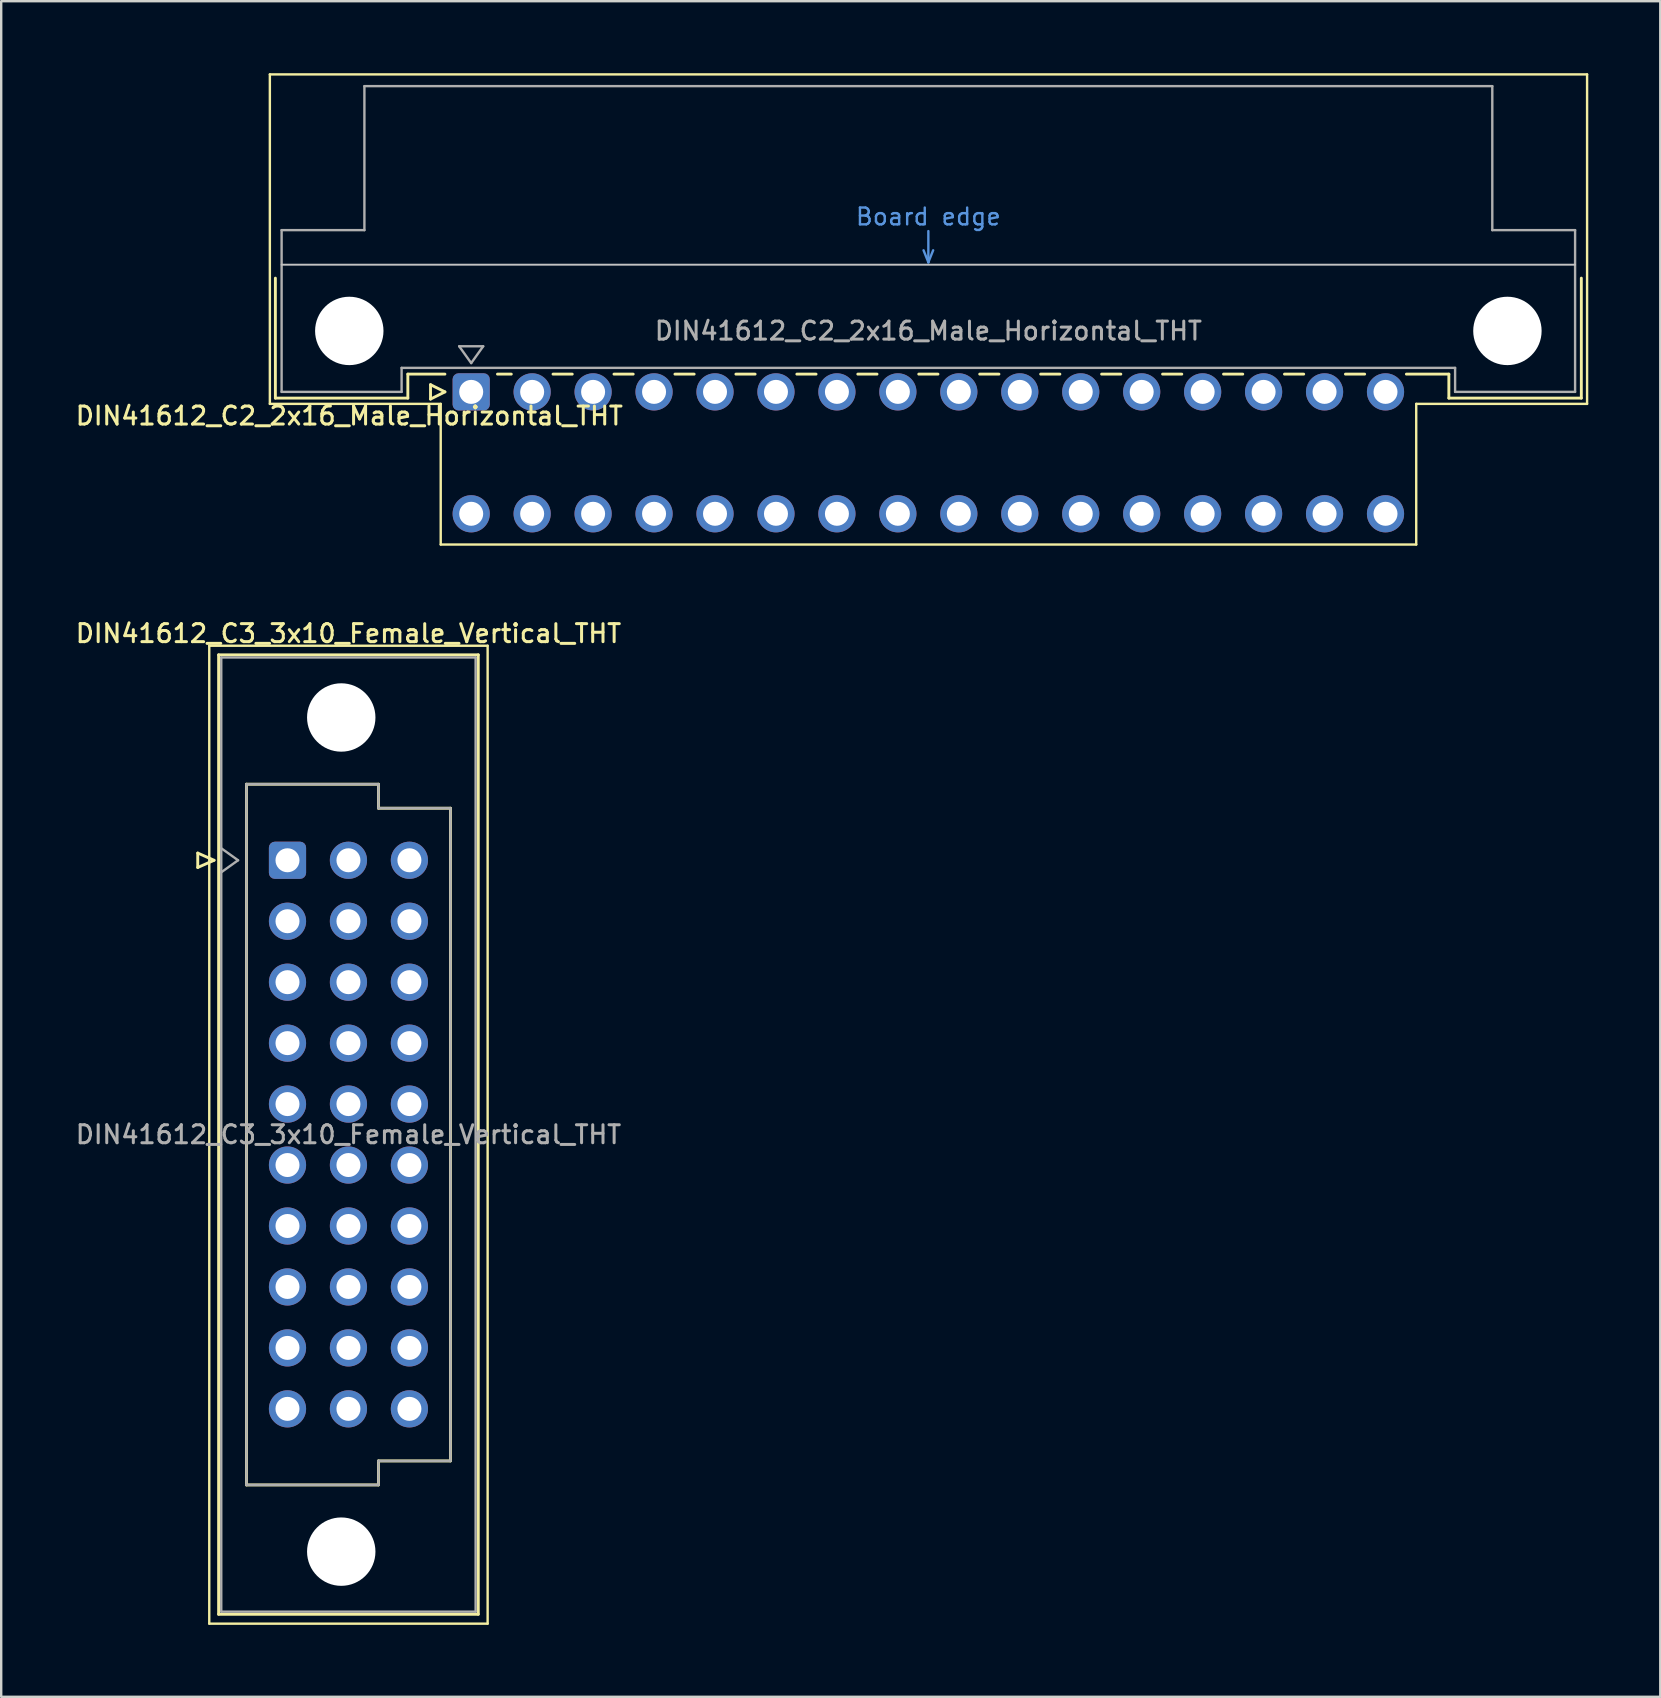
<source format=kicad_pcb>
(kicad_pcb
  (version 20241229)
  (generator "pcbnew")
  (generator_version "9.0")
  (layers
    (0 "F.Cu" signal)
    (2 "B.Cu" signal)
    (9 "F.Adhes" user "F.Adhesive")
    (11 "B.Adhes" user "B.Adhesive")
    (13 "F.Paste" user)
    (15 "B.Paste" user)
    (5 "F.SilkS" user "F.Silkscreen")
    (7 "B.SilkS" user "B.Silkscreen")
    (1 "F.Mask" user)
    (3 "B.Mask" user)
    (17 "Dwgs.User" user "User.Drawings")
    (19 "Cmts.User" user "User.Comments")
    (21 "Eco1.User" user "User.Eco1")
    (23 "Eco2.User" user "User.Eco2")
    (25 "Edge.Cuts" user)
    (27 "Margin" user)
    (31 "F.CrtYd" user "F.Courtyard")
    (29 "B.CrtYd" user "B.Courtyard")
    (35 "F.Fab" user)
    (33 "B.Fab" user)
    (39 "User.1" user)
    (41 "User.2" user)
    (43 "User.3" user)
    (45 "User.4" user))
  (footprint "DIN41612_C2_2x16_Male_Horizontal_THT"
    (layer "F.Cu")
    (at 16.585 13.28)
    (property "Reference" "DIN41612_C2_2x16_Male_Horizontal_THT" (at -5.08 1 0) (layer "F.SilkS") (effects (font (size 0.75 0.75) (thickness 0.125))))
    (attr through_hole)
    (fp_line (start -8.39 -13.23) (end -8.39 0.5) (stroke (width 0.1) (type solid)) (layer "F.SilkS"))
    (fp_line (start -8.39 0.5) (end -1.27 0.5) (stroke (width 0.1) (type solid)) (layer "F.SilkS"))
    (fp_line (start -8.16 -4.74) (end -8.16 0.26) (stroke (width 0.12) (type solid)) (layer "F.SilkS"))
    (fp_line (start -8.16 0.26) (end -2.64 0.26) (stroke (width 0.12) (type solid)) (layer "F.SilkS"))
    (fp_line (start -2.64 -0.74) (end -1.095 -0.74) (stroke (width 0.12) (type solid)) (layer "F.SilkS"))
    (fp_line (start -2.64 0.26) (end -2.64 -0.74) (stroke (width 0.12) (type solid)) (layer "F.SilkS"))
    (fp_line (start -1.695 -0.3) (end -1.695 0.3) (stroke (width 0.12) (type solid)) (layer "F.SilkS"))
    (fp_line (start -1.695 0.3) (end -1.095 0) (stroke (width 0.12) (type solid)) (layer "F.SilkS"))
    (fp_line (start -1.27 0.5) (end -1.27 6.36) (stroke (width 0.1) (type solid)) (layer "F.SilkS"))
    (fp_line (start -1.27 6.36) (end 39.38 6.36) (stroke (width 0.1) (type solid)) (layer "F.SilkS"))
    (fp_line (start -1.095 0) (end -1.695 -0.3) (stroke (width 0.12) (type solid)) (layer "F.SilkS"))
    (fp_line (start 1.095 -0.74) (end 1.671 -0.74) (stroke (width 0.12) (type solid)) (layer "F.SilkS"))
    (fp_line (start 3.41 -0.74) (end 4.211 -0.74) (stroke (width 0.12) (type solid)) (layer "F.SilkS"))
    (fp_line (start 5.95 -0.74) (end 6.751 -0.74) (stroke (width 0.12) (type solid)) (layer "F.SilkS"))
    (fp_line (start 8.49 -0.74) (end 9.291 -0.74) (stroke (width 0.12) (type solid)) (layer "F.SilkS"))
    (fp_line (start 11.03 -0.74) (end 11.831 -0.74) (stroke (width 0.12) (type solid)) (layer "F.SilkS"))
    (fp_line (start 13.57 -0.74) (end 14.371 -0.74) (stroke (width 0.12) (type solid)) (layer "F.SilkS"))
    (fp_line (start 16.11 -0.74) (end 16.911 -0.74) (stroke (width 0.12) (type solid)) (layer "F.SilkS"))
    (fp_line (start 18.65 -0.74) (end 19.451 -0.74) (stroke (width 0.12) (type solid)) (layer "F.SilkS"))
    (fp_line (start 21.19 -0.74) (end 21.991 -0.74) (stroke (width 0.12) (type solid)) (layer "F.SilkS"))
    (fp_line (start 23.73 -0.74) (end 24.531 -0.74) (stroke (width 0.12) (type solid)) (layer "F.SilkS"))
    (fp_line (start 26.27 -0.74) (end 27.071 -0.74) (stroke (width 0.12) (type solid)) (layer "F.SilkS"))
    (fp_line (start 28.81 -0.74) (end 29.611 -0.74) (stroke (width 0.12) (type solid)) (layer "F.SilkS"))
    (fp_line (start 31.35 -0.74) (end 32.151 -0.74) (stroke (width 0.12) (type solid)) (layer "F.SilkS"))
    (fp_line (start 33.89 -0.74) (end 34.691 -0.74) (stroke (width 0.12) (type solid)) (layer "F.SilkS"))
    (fp_line (start 36.43 -0.74) (end 37.231 -0.74) (stroke (width 0.12) (type solid)) (layer "F.SilkS"))
    (fp_line (start 38.97 -0.74) (end 40.74 -0.74) (stroke (width 0.12) (type solid)) (layer "F.SilkS"))
    (fp_line (start 39.38 0.5) (end 46.5 0.5) (stroke (width 0.1) (type solid)) (layer "F.SilkS"))
    (fp_line (start 39.38 6.36) (end 39.38 0.5) (stroke (width 0.1) (type solid)) (layer "F.SilkS"))
    (fp_line (start 40.74 0.26) (end 40.74 -0.74) (stroke (width 0.12) (type solid)) (layer "F.SilkS"))
    (fp_line (start 46.26 -4.74) (end 46.26 0.26) (stroke (width 0.12) (type solid)) (layer "F.SilkS"))
    (fp_line (start 46.26 0.26) (end 40.74 0.26) (stroke (width 0.12) (type solid)) (layer "F.SilkS"))
    (fp_line (start 46.5 -13.23) (end -8.39 -13.23) (stroke (width 0.1) (type solid)) (layer "F.SilkS"))
    (fp_line (start 46.5 0.5) (end 46.5 -13.23) (stroke (width 0.1) (type solid)) (layer "F.SilkS"))
    (fp_line (start -7.9 -5.3) (end 46 -5.3) (stroke (width 0.08) (type solid)) (layer "Dwgs.User"))
    (fp_line (start 18.85 -5.9) (end 19.05 -5.4) (stroke (width 0.1) (type solid)) (layer "Cmts.User"))
    (fp_line (start 19.05 -5.4) (end 19.05 -6.7) (stroke (width 0.1) (type solid)) (layer "Cmts.User"))
    (fp_line (start 19.05 -5.4) (end 19.25 -5.9) (stroke (width 0.1) (type solid)) (layer "Cmts.User"))
    (fp_line (start -7.9 -6.74) (end -7.9 0) (stroke (width 0.1) (type solid)) (layer "F.Fab"))
    (fp_line (start -7.9 0) (end -2.9 0) (stroke (width 0.1) (type solid)) (layer "F.Fab"))
    (fp_line (start -4.45 -12.74) (end -4.45 -6.74) (stroke (width 0.1) (type solid)) (layer "F.Fab"))
    (fp_line (start -4.45 -6.74) (end -7.9 -6.74) (stroke (width 0.1) (type solid)) (layer "F.Fab"))
    (fp_line (start -2.9 -1) (end 41 -1) (stroke (width 0.1) (type solid)) (layer "F.Fab"))
    (fp_line (start -2.9 0) (end -2.9 -1) (stroke (width 0.1) (type solid)) (layer "F.Fab"))
    (fp_line (start -0.5 -1.9) (end 0.5 -1.9) (stroke (width 0.1) (type solid)) (layer "F.Fab"))
    (fp_line (start 0 -1.2) (end -0.5 -1.9) (stroke (width 0.1) (type solid)) (layer "F.Fab"))
    (fp_line (start 0.5 -1.9) (end 0 -1.2) (stroke (width 0.1) (type solid)) (layer "F.Fab"))
    (fp_line (start 41 -1) (end 41 0) (stroke (width 0.1) (type solid)) (layer "F.Fab"))
    (fp_line (start 41 0) (end 46 0) (stroke (width 0.1) (type solid)) (layer "F.Fab"))
    (fp_line (start 42.55 -12.74) (end -4.45 -12.74) (stroke (width 0.1) (type solid)) (layer "F.Fab"))
    (fp_line (start 42.55 -6.74) (end 42.55 -12.74) (stroke (width 0.1) (type solid)) (layer "F.Fab"))
    (fp_line (start 46 -6.74) (end 42.55 -6.74) (stroke (width 0.1) (type solid)) (layer "F.Fab"))
    (fp_line (start 46 0) (end 46 -6.74) (stroke (width 0.1) (type solid)) (layer "F.Fab"))
    (fp_text user "Board edge" (at 19.05 -7.3 0) (layer "Cmts.User") (effects (font (size 0.7 0.7) (thickness 0.1))))
    (fp_text user "${REFERENCE}" (at 19.05 -2.54 0) (layer "F.Fab") (effects (font (size 0.75 0.75) (thickness 0.125))))
    (pad "" np_thru_hole circle (at -5.08 -2.54) (size 2.85 2.85) (drill 2.85) (layers "*.Cu" "*.Mask"))
    (pad "" np_thru_hole circle (at 43.18 -2.54) (size 2.85 2.85) (drill 2.85) (layers "*.Cu" "*.Mask"))
    (pad "a1" thru_hole roundrect (at 0 0) (size 1.55 1.55) (drill 1) (layers "*.Cu" "*.Mask") (roundrect_rratio 0.161))
    (pad "a2" thru_hole circle (at 2.54 0) (size 1.55 1.55) (drill 1) (layers "*.Cu" "*.Mask"))
    (pad "a3" thru_hole circle (at 5.08 0) (size 1.55 1.55) (drill 1) (layers "*.Cu" "*.Mask"))
    (pad "a4" thru_hole circle (at 7.62 0) (size 1.55 1.55) (drill 1) (layers "*.Cu" "*.Mask"))
    (pad "a5" thru_hole circle (at 10.16 0) (size 1.55 1.55) (drill 1) (layers "*.Cu" "*.Mask"))
    (pad "a6" thru_hole circle (at 12.7 0) (size 1.55 1.55) (drill 1) (layers "*.Cu" "*.Mask"))
    (pad "a7" thru_hole circle (at 15.24 0) (size 1.55 1.55) (drill 1) (layers "*.Cu" "*.Mask"))
    (pad "a8" thru_hole circle (at 17.78 0) (size 1.55 1.55) (drill 1) (layers "*.Cu" "*.Mask"))
    (pad "a9" thru_hole circle (at 20.32 0) (size 1.55 1.55) (drill 1) (layers "*.Cu" "*.Mask"))
    (pad "a10" thru_hole circle (at 22.86 0) (size 1.55 1.55) (drill 1) (layers "*.Cu" "*.Mask"))
    (pad "a11" thru_hole circle (at 25.4 0) (size 1.55 1.55) (drill 1) (layers "*.Cu" "*.Mask"))
    (pad "a12" thru_hole circle (at 27.94 0) (size 1.55 1.55) (drill 1) (layers "*.Cu" "*.Mask"))
    (pad "a13" thru_hole circle (at 30.48 0) (size 1.55 1.55) (drill 1) (layers "*.Cu" "*.Mask"))
    (pad "a14" thru_hole circle (at 33.02 0) (size 1.55 1.55) (drill 1) (layers "*.Cu" "*.Mask"))
    (pad "a15" thru_hole circle (at 35.56 0) (size 1.55 1.55) (drill 1) (layers "*.Cu" "*.Mask"))
    (pad "a16" thru_hole circle (at 38.1 0) (size 1.55 1.55) (drill 1) (layers "*.Cu" "*.Mask"))
    (pad "c1" thru_hole circle (at 0 5.08) (size 1.55 1.55) (drill 1) (layers "*.Cu" "*.Mask"))
    (pad "c2" thru_hole circle (at 2.54 5.08) (size 1.55 1.55) (drill 1) (layers "*.Cu" "*.Mask"))
    (pad "c3" thru_hole circle (at 5.08 5.08) (size 1.55 1.55) (drill 1) (layers "*.Cu" "*.Mask"))
    (pad "c4" thru_hole circle (at 7.62 5.08) (size 1.55 1.55) (drill 1) (layers "*.Cu" "*.Mask"))
    (pad "c5" thru_hole circle (at 10.16 5.08) (size 1.55 1.55) (drill 1) (layers "*.Cu" "*.Mask"))
    (pad "c6" thru_hole circle (at 12.7 5.08) (size 1.55 1.55) (drill 1) (layers "*.Cu" "*.Mask"))
    (pad "c7" thru_hole circle (at 15.24 5.08) (size 1.55 1.55) (drill 1) (layers "*.Cu" "*.Mask"))
    (pad "c8" thru_hole circle (at 17.78 5.08) (size 1.55 1.55) (drill 1) (layers "*.Cu" "*.Mask"))
    (pad "c9" thru_hole circle (at 20.32 5.08) (size 1.55 1.55) (drill 1) (layers "*.Cu" "*.Mask"))
    (pad "c10" thru_hole circle (at 22.86 5.08) (size 1.55 1.55) (drill 1) (layers "*.Cu" "*.Mask"))
    (pad "c11" thru_hole circle (at 25.4 5.08) (size 1.55 1.55) (drill 1) (layers "*.Cu" "*.Mask"))
    (pad "c12" thru_hole circle (at 27.94 5.08) (size 1.55 1.55) (drill 1) (layers "*.Cu" "*.Mask"))
    (pad "c13" thru_hole circle (at 30.48 5.08) (size 1.55 1.55) (drill 1) (layers "*.Cu" "*.Mask"))
    (pad "c14" thru_hole circle (at 33.02 5.08) (size 1.55 1.55) (drill 1) (layers "*.Cu" "*.Mask"))
    (pad "c15" thru_hole circle (at 35.56 5.08) (size 1.55 1.55) (drill 1) (layers "*.Cu" "*.Mask"))
    (pad "c16" thru_hole circle (at 38.1 5.08) (size 1.55 1.55) (drill 1) (layers "*.Cu" "*.Mask")))
  (footprint "DIN41612_C3_3x10_Female_Vertical_THT"
    (layer "F.Cu")
    (at 8.93 32.798)
    (property "Reference" "DIN41612_C3_3x10_Female_Vertical_THT" (at 2.54 -9.45 0) (layer "F.SilkS") (effects (font (size 0.75 0.75) (thickness 0.125))))
    (attr through_hole)
    (fp_line (start -3.74 -0.3) (end -3.74 0.3) (stroke (width 0.12) (type solid)) (layer "F.SilkS"))
    (fp_line (start -3.74 0.3) (end -3.06 0) (stroke (width 0.12) (type solid)) (layer "F.SilkS"))
    (fp_line (start -3.26 -8.94) (end 8.34 -8.94) (stroke (width 0.1) (type solid)) (layer "F.SilkS"))
    (fp_line (start -3.26 31.81) (end -3.26 -8.94) (stroke (width 0.1) (type solid)) (layer "F.SilkS"))
    (fp_line (start -3.06 0) (end -3.74 -0.3) (stroke (width 0.12) (type solid)) (layer "F.SilkS"))
    (fp_line (start -2.87 -8.56) (end 7.95 -8.56) (stroke (width 0.12) (type solid)) (layer "F.SilkS"))
    (fp_line (start -2.87 31.42) (end -2.87 -8.56) (stroke (width 0.12) (type solid)) (layer "F.SilkS"))
    (fp_line (start -1.71 -3.17) (end 3.79 -3.17) (stroke (width 0.12) (type solid)) (layer "F.SilkS"))
    (fp_line (start -1.71 26.03) (end -1.71 -3.17) (stroke (width 0.12) (type solid)) (layer "F.SilkS"))
    (fp_line (start 3.79 -3.17) (end 3.79 -2.17) (stroke (width 0.12) (type solid)) (layer "F.SilkS"))
    (fp_line (start 3.79 -2.17) (end 6.79 -2.17) (stroke (width 0.12) (type solid)) (layer "F.SilkS"))
    (fp_line (start 3.79 25.03) (end 3.79 26.03) (stroke (width 0.12) (type solid)) (layer "F.SilkS"))
    (fp_line (start 3.79 26.03) (end -1.71 26.03) (stroke (width 0.12) (type solid)) (layer "F.SilkS"))
    (fp_line (start 6.79 -2.17) (end 6.79 25.03) (stroke (width 0.12) (type solid)) (layer "F.SilkS"))
    (fp_line (start 6.79 25.03) (end 3.79 25.03) (stroke (width 0.12) (type solid)) (layer "F.SilkS"))
    (fp_line (start 7.95 -8.56) (end 7.95 31.42) (stroke (width 0.12) (type solid)) (layer "F.SilkS"))
    (fp_line (start 7.95 31.42) (end -2.87 31.42) (stroke (width 0.12) (type solid)) (layer "F.SilkS"))
    (fp_line (start 8.34 -8.94) (end 8.34 31.81) (stroke (width 0.1) (type solid)) (layer "F.SilkS"))
    (fp_line (start 8.34 31.81) (end -3.26 31.81) (stroke (width 0.1) (type solid)) (layer "F.SilkS"))
    (fp_line (start -2.76 -8.45) (end 7.84 -8.45) (stroke (width 0.1) (type solid)) (layer "F.Fab"))
    (fp_line (start -2.76 -0.5) (end -2.06 0) (stroke (width 0.1) (type solid)) (layer "F.Fab"))
    (fp_line (start -2.76 31.31) (end -2.76 -8.45) (stroke (width 0.1) (type solid)) (layer "F.Fab"))
    (fp_line (start -2.06 0) (end -2.76 0.5) (stroke (width 0.1) (type solid)) (layer "F.Fab"))
    (fp_line (start -1.71 -3.17) (end 3.79 -3.17) (stroke (width 0.1) (type solid)) (layer "F.Fab"))
    (fp_line (start -1.71 26.03) (end -1.71 -3.17) (stroke (width 0.1) (type solid)) (layer "F.Fab"))
    (fp_line (start 3.79 -3.17) (end 3.79 -2.17) (stroke (width 0.1) (type solid)) (layer "F.Fab"))
    (fp_line (start 3.79 -2.17) (end 6.79 -2.17) (stroke (width 0.1) (type solid)) (layer "F.Fab"))
    (fp_line (start 3.79 25.03) (end 3.79 26.03) (stroke (width 0.1) (type solid)) (layer "F.Fab"))
    (fp_line (start 3.79 26.03) (end -1.71 26.03) (stroke (width 0.1) (type solid)) (layer "F.Fab"))
    (fp_line (start 6.79 -2.17) (end 6.79 25.03) (stroke (width 0.1) (type solid)) (layer "F.Fab"))
    (fp_line (start 6.79 25.03) (end 3.79 25.03) (stroke (width 0.1) (type solid)) (layer "F.Fab"))
    (fp_line (start 7.84 -8.45) (end 7.84 31.31) (stroke (width 0.1) (type solid)) (layer "F.Fab"))
    (fp_line (start 7.84 31.31) (end -2.76 31.31) (stroke (width 0.1) (type solid)) (layer "F.Fab"))
    (fp_text user "${REFERENCE}" (at 2.54 11.43 0) (layer "F.Fab") (effects (font (size 0.75 0.75) (thickness 0.125))))
    (pad "" np_thru_hole circle (at 2.24 -5.95) (size 2.85 2.85) (drill 2.85) (layers "*.Cu" "*.Mask"))
    (pad "" np_thru_hole circle (at 2.24 28.81) (size 2.85 2.85) (drill 2.85) (layers "*.Cu" "*.Mask"))
    (pad "a1" thru_hole roundrect (at 0 0) (size 1.55 1.55) (drill 1) (layers "*.Cu" "*.Mask") (roundrect_rratio 0.161))
    (pad "a2" thru_hole circle (at 0 2.54) (size 1.55 1.55) (drill 1) (layers "*.Cu" "*.Mask"))
    (pad "a3" thru_hole circle (at 0 5.08) (size 1.55 1.55) (drill 1) (layers "*.Cu" "*.Mask"))
    (pad "a4" thru_hole circle (at 0 7.62) (size 1.55 1.55) (drill 1) (layers "*.Cu" "*.Mask"))
    (pad "a5" thru_hole circle (at 0 10.16) (size 1.55 1.55) (drill 1) (layers "*.Cu" "*.Mask"))
    (pad "a6" thru_hole circle (at 0 12.7) (size 1.55 1.55) (drill 1) (layers "*.Cu" "*.Mask"))
    (pad "a7" thru_hole circle (at 0 15.24) (size 1.55 1.55) (drill 1) (layers "*.Cu" "*.Mask"))
    (pad "a8" thru_hole circle (at 0 17.78) (size 1.55 1.55) (drill 1) (layers "*.Cu" "*.Mask"))
    (pad "a9" thru_hole circle (at 0 20.32) (size 1.55 1.55) (drill 1) (layers "*.Cu" "*.Mask"))
    (pad "a10" thru_hole circle (at 0 22.86) (size 1.55 1.55) (drill 1) (layers "*.Cu" "*.Mask"))
    (pad "b1" thru_hole circle (at 2.54 0) (size 1.55 1.55) (drill 1) (layers "*.Cu" "*.Mask"))
    (pad "b2" thru_hole circle (at 2.54 2.54) (size 1.55 1.55) (drill 1) (layers "*.Cu" "*.Mask"))
    (pad "b3" thru_hole circle (at 2.54 5.08) (size 1.55 1.55) (drill 1) (layers "*.Cu" "*.Mask"))
    (pad "b4" thru_hole circle (at 2.54 7.62) (size 1.55 1.55) (drill 1) (layers "*.Cu" "*.Mask"))
    (pad "b5" thru_hole circle (at 2.54 10.16) (size 1.55 1.55) (drill 1) (layers "*.Cu" "*.Mask"))
    (pad "b6" thru_hole circle (at 2.54 12.7) (size 1.55 1.55) (drill 1) (layers "*.Cu" "*.Mask"))
    (pad "b7" thru_hole circle (at 2.54 15.24) (size 1.55 1.55) (drill 1) (layers "*.Cu" "*.Mask"))
    (pad "b8" thru_hole circle (at 2.54 17.78) (size 1.55 1.55) (drill 1) (layers "*.Cu" "*.Mask"))
    (pad "b9" thru_hole circle (at 2.54 20.32) (size 1.55 1.55) (drill 1) (layers "*.Cu" "*.Mask"))
    (pad "b10" thru_hole circle (at 2.54 22.86) (size 1.55 1.55) (drill 1) (layers "*.Cu" "*.Mask"))
    (pad "c1" thru_hole circle (at 5.08 0) (size 1.55 1.55) (drill 1) (layers "*.Cu" "*.Mask"))
    (pad "c2" thru_hole circle (at 5.08 2.54) (size 1.55 1.55) (drill 1) (layers "*.Cu" "*.Mask"))
    (pad "c3" thru_hole circle (at 5.08 5.08) (size 1.55 1.55) (drill 1) (layers "*.Cu" "*.Mask"))
    (pad "c4" thru_hole circle (at 5.08 7.62) (size 1.55 1.55) (drill 1) (layers "*.Cu" "*.Mask"))
    (pad "c5" thru_hole circle (at 5.08 10.16) (size 1.55 1.55) (drill 1) (layers "*.Cu" "*.Mask"))
    (pad "c6" thru_hole circle (at 5.08 12.7) (size 1.55 1.55) (drill 1) (layers "*.Cu" "*.Mask"))
    (pad "c7" thru_hole circle (at 5.08 15.24) (size 1.55 1.55) (drill 1) (layers "*.Cu" "*.Mask"))
    (pad "c8" thru_hole circle (at 5.08 17.78) (size 1.55 1.55) (drill 1) (layers "*.Cu" "*.Mask"))
    (pad "c9" thru_hole circle (at 5.08 20.32) (size 1.55 1.55) (drill 1) (layers "*.Cu" "*.Mask"))
    (pad "c10" thru_hole circle (at 5.08 22.86) (size 1.55 1.55) (drill 1) (layers "*.Cu" "*.Mask")))
  (gr_rect
    (start -3 -3)
    (end 66.135 67.658)
    (stroke (width 0.1) (type default))
    (fill no)
    (layer "Edge.Cuts")))
</source>
